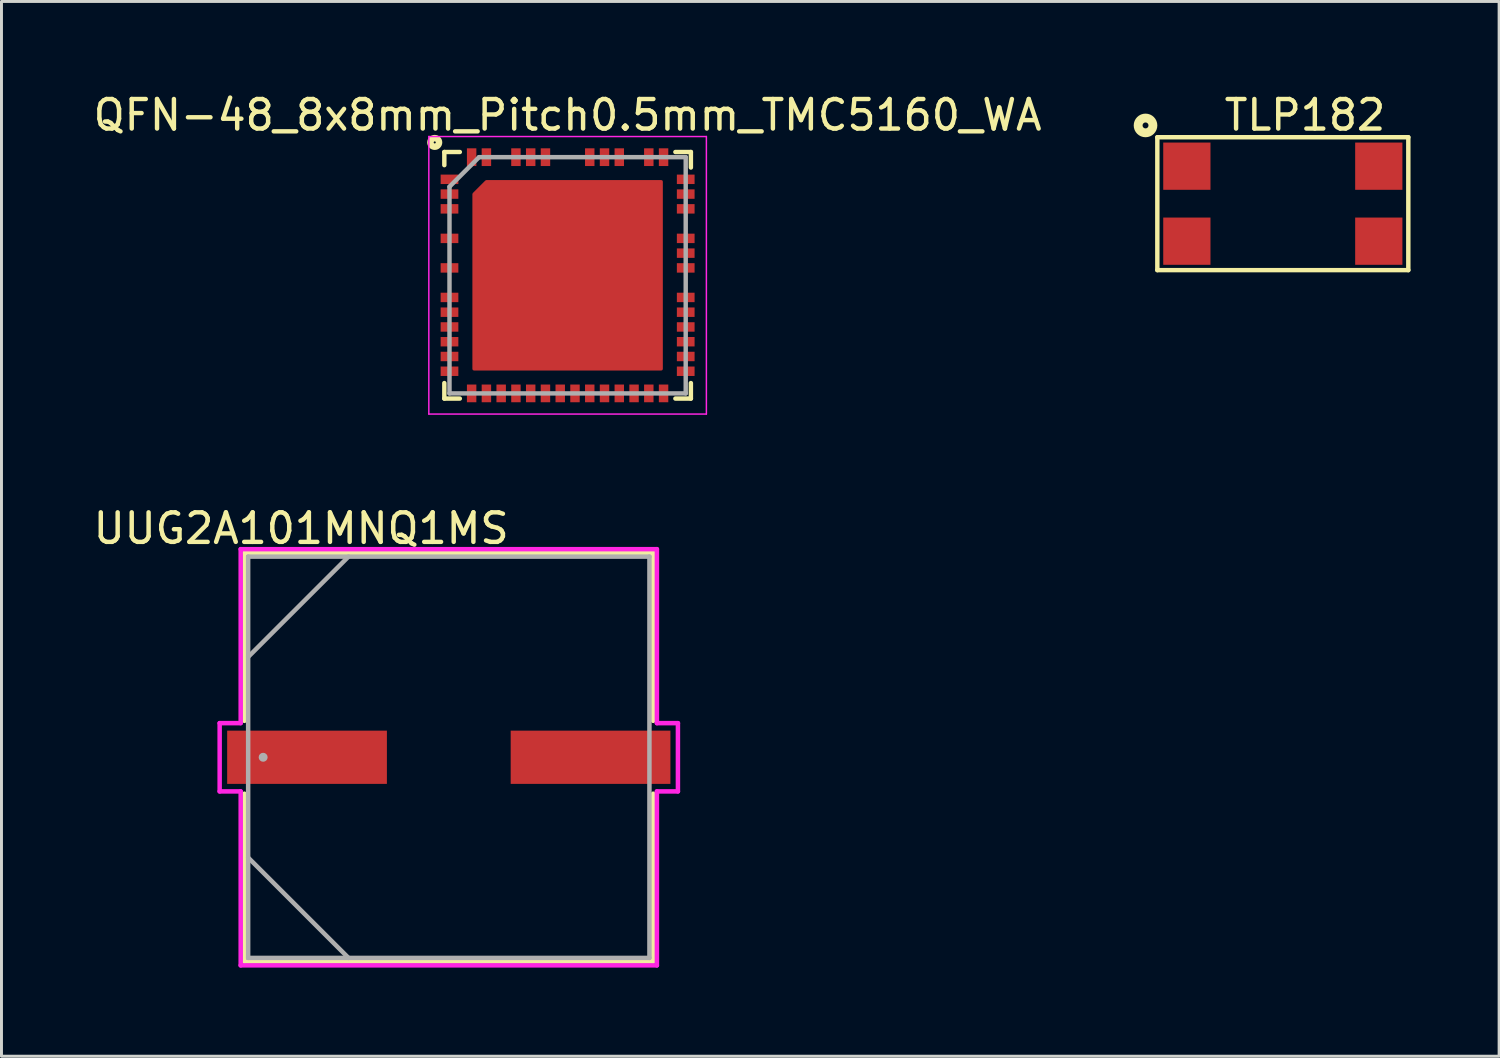
<source format=kicad_pcb>
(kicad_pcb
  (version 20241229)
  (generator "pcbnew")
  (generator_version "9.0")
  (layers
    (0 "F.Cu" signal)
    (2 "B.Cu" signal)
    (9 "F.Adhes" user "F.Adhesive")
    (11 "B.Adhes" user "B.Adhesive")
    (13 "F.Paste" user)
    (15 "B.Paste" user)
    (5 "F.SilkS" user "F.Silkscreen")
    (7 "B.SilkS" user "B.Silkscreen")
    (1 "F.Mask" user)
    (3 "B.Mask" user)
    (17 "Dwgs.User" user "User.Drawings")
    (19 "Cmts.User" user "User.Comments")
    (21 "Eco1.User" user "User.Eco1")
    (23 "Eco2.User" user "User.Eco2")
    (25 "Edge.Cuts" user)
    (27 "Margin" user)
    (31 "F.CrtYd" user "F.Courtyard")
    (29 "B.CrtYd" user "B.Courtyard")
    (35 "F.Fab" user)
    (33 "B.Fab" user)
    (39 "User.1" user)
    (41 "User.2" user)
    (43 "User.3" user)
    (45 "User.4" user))
  (footprint "TLP182"
    (layer "F.Cu")
    (at 40.395 3.848)
    (property "Reference" "TLP182" (at 0.75 -3 180) (layer "F.SilkS") (effects (font (size 1 1) (thickness 0.15))))
    (attr smd)
    (fp_line (start -4.25 -2.25) (end -4.25 2.25) (stroke (width 0.15) (type solid)) (layer "F.SilkS"))
    (fp_line (start -4.25 -2.25) (end 4.25 -2.25) (stroke (width 0.15) (type solid)) (layer "F.SilkS"))
    (fp_line (start -4.25 2.25) (end 4.25 2.25) (stroke (width 0.15) (type solid)) (layer "F.SilkS"))
    (fp_line (start 4.25 -2.25) (end 4.25 2.25) (stroke (width 0.15) (type solid)) (layer "F.SilkS"))
    (fp_circle (center -4.65 -2.65) (end -4.65 -2.4) (stroke (width 0.3) (type solid)) (fill no) (layer "F.SilkS"))
    (pad "1" smd rect (at -3.25 -1.27) (size 1.6 1.6) (layers "F.Cu" "F.Mask" "F.Paste"))
    (pad "3" smd rect (at -3.25 1.27) (size 1.6 1.6) (layers "F.Cu" "F.Mask" "F.Paste"))
    (pad "4" smd rect (at 3.25 1.27) (size 1.6 1.6) (layers "F.Cu" "F.Mask" "F.Paste"))
    (pad "6" smd rect (at 3.25 -1.27) (size 1.6 1.6) (layers "F.Cu" "F.Mask" "F.Paste")))
  (footprint "UUG2A101MNQ1MS"
    (layer "F.Cu")
    (at 12.149 22.596)
    (property "Reference" "UUG2A101MNQ1MS" (at -5 -7.75 0) (layer "F.SilkS") (effects (font (size 1 1) (thickness 0.15))))
    (attr smd)
    (fp_line (start -6.921 -6.921) (end -6.921 -1.234) (stroke (width 0.152) (type solid)) (layer "F.SilkS"))
    (fp_line (start -6.921 1.234) (end -6.921 6.921) (stroke (width 0.152) (type solid)) (layer "F.SilkS"))
    (fp_line (start -6.921 6.921) (end 6.921 6.921) (stroke (width 0.152) (type solid)) (layer "F.SilkS"))
    (fp_line (start 6.921 -6.921) (end -6.921 -6.921) (stroke (width 0.152) (type solid)) (layer "F.SilkS"))
    (fp_line (start 6.921 -1.234) (end 6.921 -6.921) (stroke (width 0.152) (type solid)) (layer "F.SilkS"))
    (fp_line (start 6.921 6.921) (end 6.921 1.234) (stroke (width 0.152) (type solid)) (layer "F.SilkS"))
    (fp_line (start -7.76 -1.156) (end -7.048 -1.156) (stroke (width 0.152) (type solid)) (layer "F.CrtYd"))
    (fp_line (start -7.76 1.156) (end -7.76 -1.156) (stroke (width 0.152) (type solid)) (layer "F.CrtYd"))
    (fp_line (start -7.048 -7.048) (end 7.048 -7.048) (stroke (width 0.152) (type solid)) (layer "F.CrtYd"))
    (fp_line (start -7.048 -1.156) (end -7.048 -7.048) (stroke (width 0.152) (type solid)) (layer "F.CrtYd"))
    (fp_line (start -7.048 1.156) (end -7.76 1.156) (stroke (width 0.152) (type solid)) (layer "F.CrtYd"))
    (fp_line (start -7.048 7.048) (end -7.048 1.156) (stroke (width 0.152) (type solid)) (layer "F.CrtYd"))
    (fp_line (start 7.048 -7.048) (end 7.048 -1.156) (stroke (width 0.152) (type solid)) (layer "F.CrtYd"))
    (fp_line (start 7.048 -1.156) (end 7.76 -1.156) (stroke (width 0.152) (type solid)) (layer "F.CrtYd"))
    (fp_line (start 7.048 1.156) (end 7.048 7.048) (stroke (width 0.152) (type solid)) (layer "F.CrtYd"))
    (fp_line (start 7.048 7.048) (end -7.048 7.048) (stroke (width 0.152) (type solid)) (layer "F.CrtYd"))
    (fp_line (start 7.76 -1.156) (end 7.76 1.156) (stroke (width 0.152) (type solid)) (layer "F.CrtYd"))
    (fp_line (start 7.76 1.156) (end 7.048 1.156) (stroke (width 0.152) (type solid)) (layer "F.CrtYd"))
    (fp_line (start -6.795 -6.795) (end -6.795 6.795) (stroke (width 0.152) (type solid)) (layer "F.Fab"))
    (fp_line (start -6.795 -3.397) (end -3.397 -6.795) (stroke (width 0.152) (type solid)) (layer "F.Fab"))
    (fp_line (start -6.795 3.397) (end -3.397 6.795) (stroke (width 0.152) (type solid)) (layer "F.Fab"))
    (fp_line (start -6.795 6.795) (end 6.795 6.795) (stroke (width 0.152) (type solid)) (layer "F.Fab"))
    (fp_line (start 6.795 -6.795) (end -6.795 -6.795) (stroke (width 0.152) (type solid)) (layer "F.Fab"))
    (fp_line (start 6.795 6.795) (end 6.795 -6.795) (stroke (width 0.152) (type solid)) (layer "F.Fab"))
    (fp_circle (center -6.287 0) (end -6.287 0) (stroke (width 0.152) (type solid)) (fill no) (layer "F.Fab"))
    (pad "1" smd rect (at -4.801 0) (size 5.41 1.803) (layers "F.Cu" "F.Mask" "F.Paste"))
    (pad "2" smd rect (at 4.801 0) (size 5.41 1.803) (layers "F.Cu" "F.Mask" "F.Paste")))
  (footprint "QFN-48_8x8mm_Pitch0.5mm_TMC5160_WA"
    (layer "F.Cu")
    (at 16.173 6.273)
    (property "Reference" "QFN-48_8x8mm_Pitch0.5mm_TMC5160_WA" (at 0 -5.425 0) (layer "F.SilkS") (effects (font (size 1 1) (thickness 0.15))))
    (attr smd)
    (fp_line (start -4.175 -4.175) (end -4.175 -3.73) (stroke (width 0.15) (type solid)) (layer "F.SilkS"))
    (fp_line (start -4.175 -4.175) (end -3.65 -4.175) (stroke (width 0.15) (type solid)) (layer "F.SilkS"))
    (fp_line (start -4.175 4.175) (end -4.175 3.65) (stroke (width 0.15) (type solid)) (layer "F.SilkS"))
    (fp_line (start -4.175 4.175) (end -3.65 4.175) (stroke (width 0.15) (type solid)) (layer "F.SilkS"))
    (fp_line (start 4.175 -4.175) (end 3.65 -4.175) (stroke (width 0.15) (type solid)) (layer "F.SilkS"))
    (fp_line (start 4.175 -4.175) (end 4.175 -3.65) (stroke (width 0.15) (type solid)) (layer "F.SilkS"))
    (fp_line (start 4.175 4.175) (end 3.65 4.175) (stroke (width 0.15) (type solid)) (layer "F.SilkS"))
    (fp_line (start 4.175 4.175) (end 4.175 3.65) (stroke (width 0.15) (type solid)) (layer "F.SilkS"))
    (fp_circle (center -4.5 -4.5) (end -4.475 -4.475) (stroke (width 0.15) (type solid)) (fill no) (layer "F.SilkS"))
    (fp_circle (center -4.5 -4.5) (end -4.35 -4.4) (stroke (width 0.15) (type solid)) (fill no) (layer "F.SilkS"))
    (fp_line (start -4.7 -4.7) (end -4.7 4.7) (stroke (width 0.05) (type solid)) (layer "F.CrtYd"))
    (fp_line (start -4.7 -4.7) (end 4.7 -4.7) (stroke (width 0.05) (type solid)) (layer "F.CrtYd"))
    (fp_line (start -4.7 4.7) (end 4.7 4.7) (stroke (width 0.05) (type solid)) (layer "F.CrtYd"))
    (fp_line (start 4.7 -4.7) (end 4.7 4.7) (stroke (width 0.05) (type solid)) (layer "F.CrtYd"))
    (fp_line (start -4 -3) (end -3 -4) (stroke (width 0.15) (type solid)) (layer "F.Fab"))
    (fp_line (start -4 4) (end -4 -3) (stroke (width 0.15) (type solid)) (layer "F.Fab"))
    (fp_line (start -3 -4) (end 4 -4) (stroke (width 0.15) (type solid)) (layer "F.Fab"))
    (fp_line (start 4 -4) (end 4 4) (stroke (width 0.15) (type solid)) (layer "F.Fab"))
    (fp_line (start 4 4) (end -4 4) (stroke (width 0.15) (type solid)) (layer "F.Fab"))
    (pad "1" smd rect (at -4 -3.25) (size 0.6 0.32) (layers "F.Cu" "F.Mask" "F.Paste"))
    (pad "2" smd rect (at -4 -2.75) (size 0.6 0.32) (layers "F.Cu" "F.Mask" "F.Paste"))
    (pad "3" smd rect (at -4 -2.25) (size 0.6 0.32) (layers "F.Cu" "F.Mask" "F.Paste"))
    (pad "4" smd rect (at -4 -1.25) (size 0.6 0.32) (layers "F.Cu" "F.Mask" "F.Paste"))
    (pad "5" smd rect (at -4 -0.25) (size 0.6 0.32) (layers "F.Cu" "F.Mask" "F.Paste"))
    (pad "6" smd rect (at -4 0.75) (size 0.6 0.32) (layers "F.Cu" "F.Mask" "F.Paste"))
    (pad "7" smd rect (at -4 1.25) (size 0.6 0.32) (layers "F.Cu" "F.Mask" "F.Paste"))
    (pad "8" smd rect (at -4 1.75) (size 0.6 0.32) (layers "F.Cu" "F.Mask" "F.Paste"))
    (pad "9" smd rect (at -4 2.25) (size 0.6 0.32) (layers "F.Cu" "F.Mask" "F.Paste"))
    (pad "10" smd rect (at -4 2.75) (size 0.6 0.32) (layers "F.Cu" "F.Mask" "F.Paste"))
    (pad "11" smd rect (at -4 3.25) (size 0.6 0.32) (layers "F.Cu" "F.Mask" "F.Paste"))
    (pad "12" smd rect (at -3.25 4 90) (size 0.6 0.32) (layers "F.Cu" "F.Mask" "F.Paste"))
    (pad "13" smd rect (at -2.75 4 90) (size 0.6 0.32) (layers "F.Cu" "F.Mask" "F.Paste"))
    (pad "14" smd rect (at -2.25 4 90) (size 0.6 0.32) (layers "F.Cu" "F.Mask" "F.Paste"))
    (pad "15" smd rect (at -1.75 4 90) (size 0.6 0.32) (layers "F.Cu" "F.Mask" "F.Paste"))
    (pad "16" smd rect (at -1.25 4 90) (size 0.6 0.32) (layers "F.Cu" "F.Mask" "F.Paste"))
    (pad "17" smd rect (at -0.75 4 90) (size 0.6 0.32) (layers "F.Cu" "F.Mask" "F.Paste"))
    (pad "18" smd rect (at -0.25 4 90) (size 0.6 0.32) (layers "F.Cu" "F.Mask" "F.Paste"))
    (pad "19" smd rect (at 0.25 4 90) (size 0.6 0.32) (layers "F.Cu" "F.Mask" "F.Paste"))
    (pad "20" smd rect (at 0.75 4 90) (size 0.6 0.32) (layers "F.Cu" "F.Mask" "F.Paste"))
    (pad "21" smd rect (at 1.25 4 90) (size 0.6 0.32) (layers "F.Cu" "F.Mask" "F.Paste"))
    (pad "22" smd rect (at 1.75 4 90) (size 0.6 0.32) (layers "F.Cu" "F.Mask" "F.Paste"))
    (pad "23" smd rect (at 2.25 4 90) (size 0.6 0.32) (layers "F.Cu" "F.Mask" "F.Paste"))
    (pad "24" smd rect (at 2.75 4 90) (size 0.6 0.32) (layers "F.Cu" "F.Mask" "F.Paste"))
    (pad "25" smd rect (at 3.25 4 90) (size 0.6 0.32) (layers "F.Cu" "F.Mask" "F.Paste"))
    (pad "26" smd rect (at 4 3.25 180) (size 0.6 0.32) (layers "F.Cu" "F.Mask" "F.Paste"))
    (pad "27" smd rect (at 4 2.75 180) (size 0.6 0.32) (layers "F.Cu" "F.Mask" "F.Paste"))
    (pad "28" smd rect (at 4 2.25 180) (size 0.6 0.32) (layers "F.Cu" "F.Mask" "F.Paste"))
    (pad "29" smd rect (at 4 1.75 180) (size 0.6 0.32) (layers "F.Cu" "F.Mask" "F.Paste"))
    (pad "30" smd rect (at 4 1.25 180) (size 0.6 0.32) (layers "F.Cu" "F.Mask" "F.Paste"))
    (pad "31" smd rect (at 4 0.75 180) (size 0.6 0.32) (layers "F.Cu" "F.Mask" "F.Paste"))
    (pad "32" smd rect (at 4 -0.25 180) (size 0.6 0.32) (layers "F.Cu" "F.Mask" "F.Paste"))
    (pad "33" smd rect (at 4 -0.75 180) (size 0.6 0.32) (layers "F.Cu" "F.Mask" "F.Paste"))
    (pad "34" smd rect (at 4 -1.25 180) (size 0.6 0.32) (layers "F.Cu" "F.Mask" "F.Paste"))
    (pad "35" smd rect (at 4 -2.25 180) (size 0.6 0.32) (layers "F.Cu" "F.Mask" "F.Paste"))
    (pad "36" smd rect (at 4 -2.75 180) (size 0.6 0.32) (layers "F.Cu" "F.Mask" "F.Paste"))
    (pad "37" smd rect (at 4 -3.25 180) (size 0.6 0.32) (layers "F.Cu" "F.Mask" "F.Paste"))
    (pad "38" smd rect (at 3.25 -4 270) (size 0.6 0.32) (layers "F.Cu" "F.Mask" "F.Paste"))
    (pad "39" smd rect (at 2.75 -4 270) (size 0.6 0.32) (layers "F.Cu" "F.Mask" "F.Paste"))
    (pad "40" smd rect (at 1.75 -4 270) (size 0.6 0.32) (layers "F.Cu" "F.Mask" "F.Paste"))
    (pad "41" smd rect (at 1.25 -4 270) (size 0.6 0.32) (layers "F.Cu" "F.Mask" "F.Paste"))
    (pad "42" smd rect (at 0.75 -4 270) (size 0.6 0.32) (layers "F.Cu" "F.Mask" "F.Paste"))
    (pad "43" smd rect (at -0.75 -4 270) (size 0.6 0.32) (layers "F.Cu" "F.Mask" "F.Paste"))
    (pad "44" smd rect (at -1.25 -4 270) (size 0.6 0.32) (layers "F.Cu" "F.Mask" "F.Paste"))
    (pad "45" smd rect (at -1.75 -4 270) (size 0.6 0.32) (layers "F.Cu" "F.Mask" "F.Paste"))
    (pad "46" smd rect (at -2.75 -4 270) (size 0.6 0.32) (layers "F.Cu" "F.Mask" "F.Paste"))
    (pad "47" smd rect (at -3.25 -4 270) (size 0.6 0.32) (layers "F.Cu" "F.Mask" "F.Paste"))
    (pad "48" smd custom (at 0 0) (size 1.65 1.65) (layers "F.Cu" "F.Mask" "F.Paste") (options (anchor rect)) (primitives (gr_poly (pts (xy 3.175 3.175) (xy -3.175 3.175) (xy -3.175 -2.75) (xy -2.75 -3.175) (xy 3.175 -3.175)) (width 0.1) (fill yes)))))
  (gr_rect
    (start -3 -3)
    (end 47.72 32.721)
    (stroke (width 0.1) (type default))
    (fill no)
    (layer "Edge.Cuts")))
</source>
